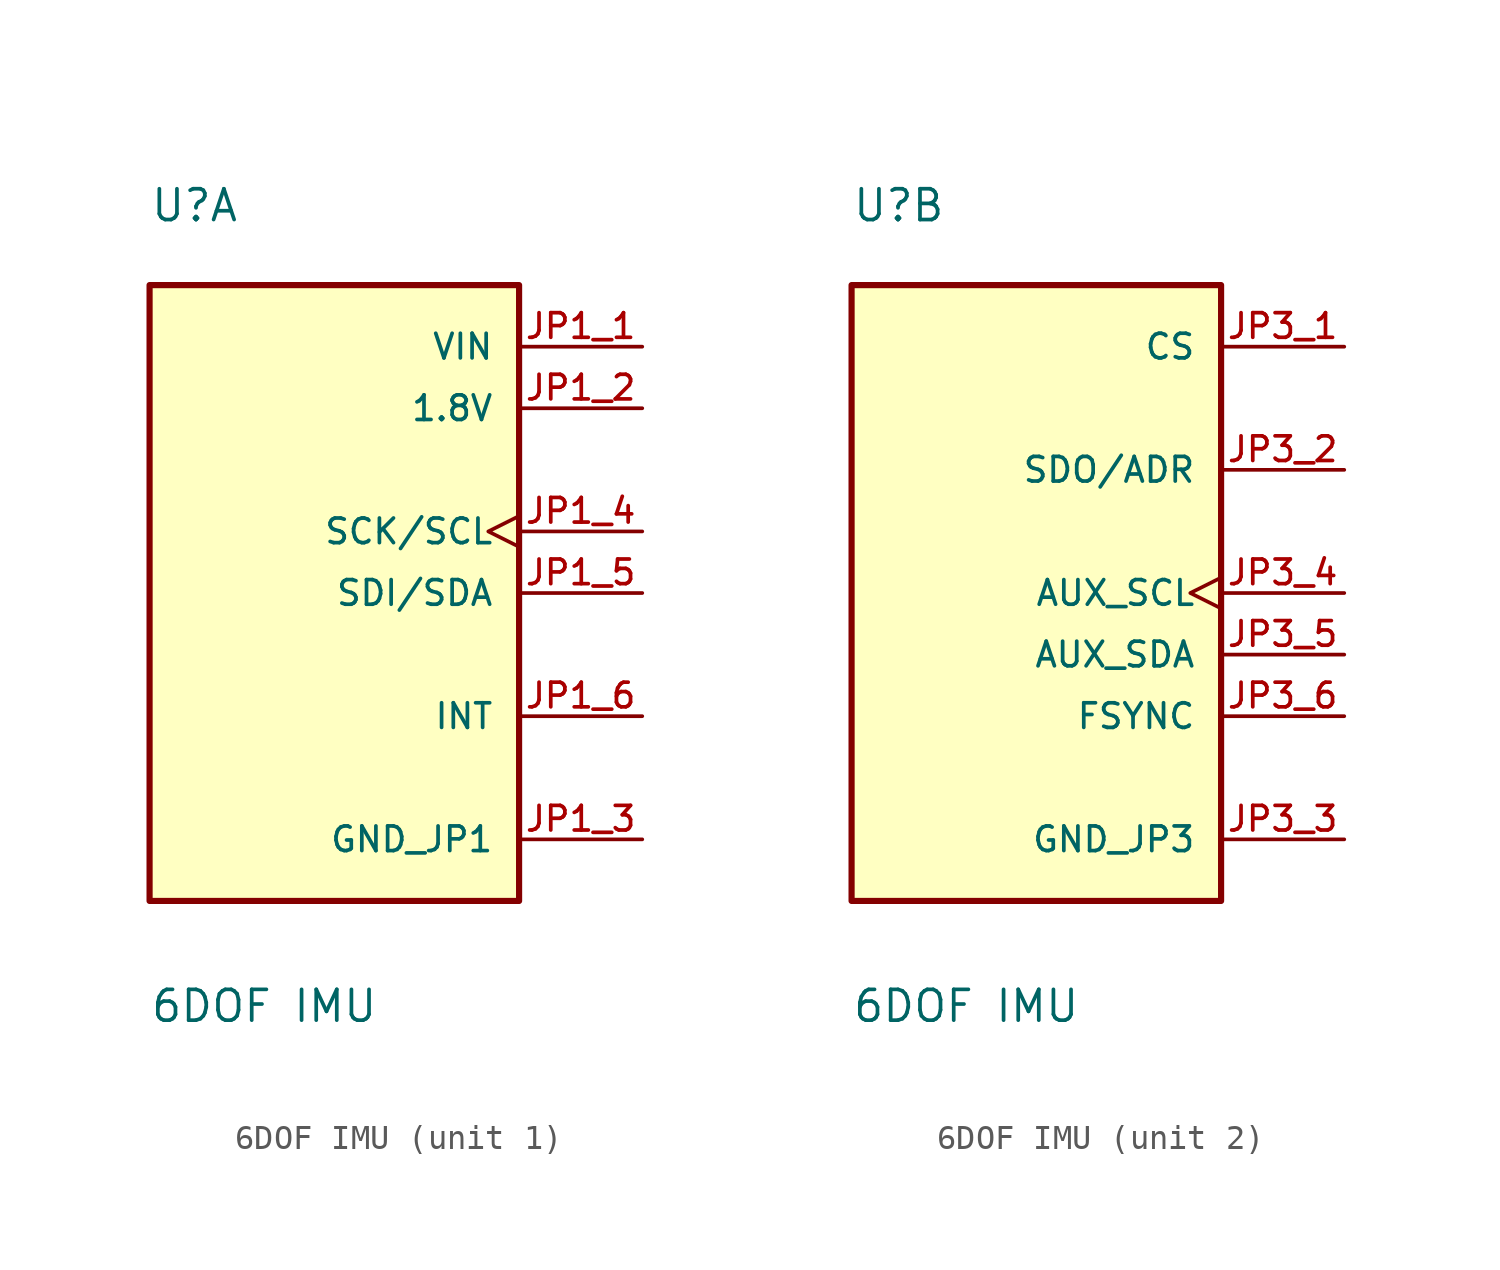
<source format=kicad_sym>
(kicad_symbol_lib
  (version 20241209)
  (generator "kicad_symbol_editor")
  (generator_version "9.0")
  (symbol "6DOF IMU"
    (pin_names
      (offset 1.016))
    (property "Reference" "U"
      (at -7.62 15.24 0)
      (effects (font (size 1.27 1.27)) (justify left bottom)))
    (property "Value" "6DOF IMU"
      (at -7.62 -17.78 0)
      (effects (font (size 1.27 1.27)) (justify left bottom)))
    (symbol "6DOF IMU_1_0"
      (rectangle (start -7.62 -12.7) (end 7.62 12.7) (stroke (width 0.254) (type default)) (fill (type background)))
      (pin power_in line (at 12.7 10.16 180) (length 5.08) (name "VIN" (effects (font (size 1.016 1.016)))) (number "JP1_1" (effects (font (size 1.016 1.016)))))
      (pin power_in line (at 12.7 7.62 180) (length 5.08) (name "1.8V" (effects (font (size 1.016 1.016)))) (number "JP1_2" (effects (font (size 1.016 1.016)))))
      (pin input clock (at 12.7 2.54 180) (length 5.08) (name "SCK/SCL" (effects (font (size 1.016 1.016)))) (number "JP1_4" (effects (font (size 1.016 1.016)))))
      (pin input line (at 12.7 0 180) (length 5.08) (name "SDI/SDA" (effects (font (size 1.016 1.016)))) (number "JP1_5" (effects (font (size 1.016 1.016)))))
      (pin output line (at 12.7 -5.08 180) (length 5.08) (name "INT" (effects (font (size 1.016 1.016)))) (number "JP1_6" (effects (font (size 1.016 1.016)))))
      (pin power_in line (at 12.7 -10.16 180) (length 5.08) (name "GND_JP1" (effects (font (size 1.016 1.016)))) (number "JP1_3" (effects (font (size 1.016 1.016))))))
    (symbol "6DOF IMU_2_0"
      (rectangle (start -7.62 -12.7) (end 7.62 12.7) (stroke (width 0.254) (type default)) (fill (type background)))
      (pin input line (at 12.7 10.16 180) (length 5.08) (name "CS" (effects (font (size 1.016 1.016)))) (number "JP3_1" (effects (font (size 1.016 1.016)))))
      (pin passive line (at 12.7 5.08 180) (length 5.08) (name "SDO/ADR" (effects (font (size 1.016 1.016)))) (number "JP3_2" (effects (font (size 1.016 1.016)))))
      (pin passive clock (at 12.7 0 180) (length 5.08) (name "AUX_SCL" (effects (font (size 1.016 1.016)))) (number "JP3_4" (effects (font (size 1.016 1.016)))))
      (pin passive line (at 12.7 -2.54 180) (length 5.08) (name "AUX_SDA" (effects (font (size 1.016 1.016)))) (number "JP3_5" (effects (font (size 1.016 1.016)))))
      (pin passive line (at 12.7 -5.08 180) (length 5.08) (name "FSYNC" (effects (font (size 1.016 1.016)))) (number "JP3_6" (effects (font (size 1.016 1.016)))))
      (pin power_in line (at 12.7 -10.16 180) (length 5.08) (name "GND_JP3" (effects (font (size 1.016 1.016)))) (number "JP3_3" (effects (font (size 1.016 1.016))))))))
</source>
